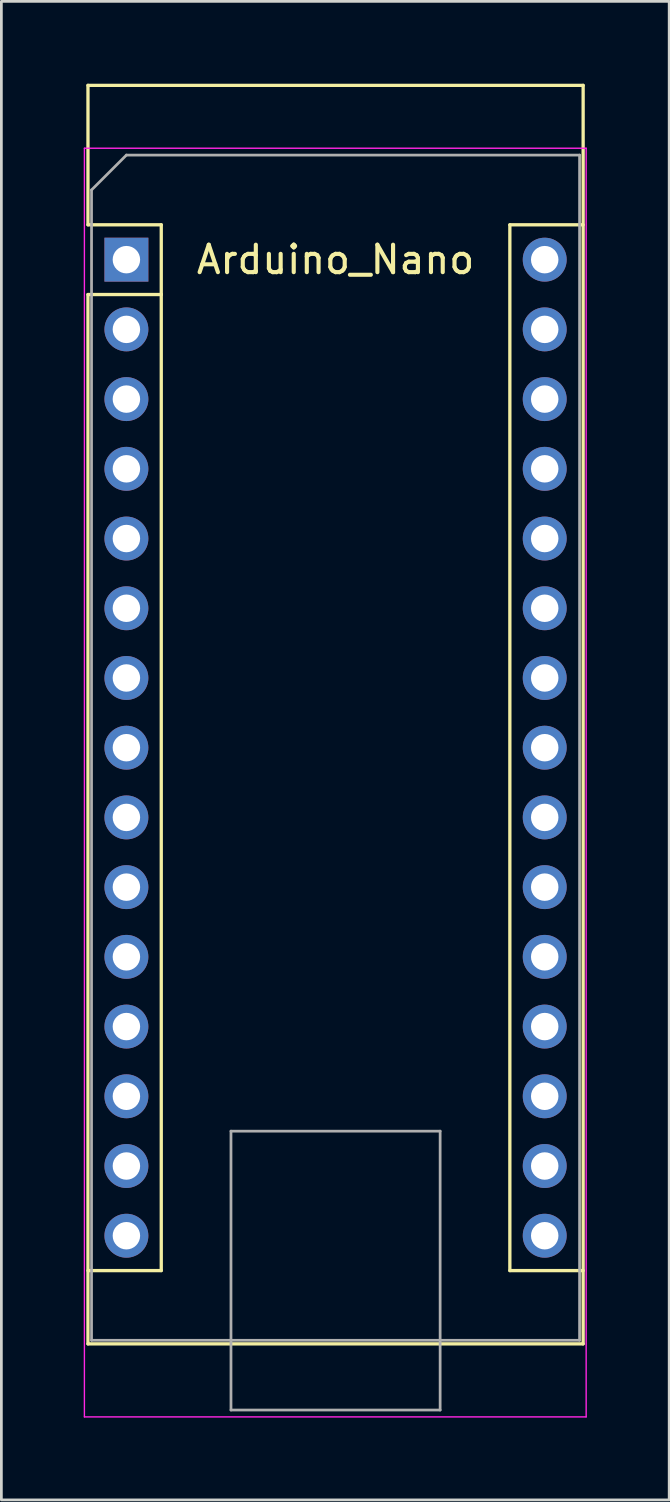
<source format=kicad_pcb>
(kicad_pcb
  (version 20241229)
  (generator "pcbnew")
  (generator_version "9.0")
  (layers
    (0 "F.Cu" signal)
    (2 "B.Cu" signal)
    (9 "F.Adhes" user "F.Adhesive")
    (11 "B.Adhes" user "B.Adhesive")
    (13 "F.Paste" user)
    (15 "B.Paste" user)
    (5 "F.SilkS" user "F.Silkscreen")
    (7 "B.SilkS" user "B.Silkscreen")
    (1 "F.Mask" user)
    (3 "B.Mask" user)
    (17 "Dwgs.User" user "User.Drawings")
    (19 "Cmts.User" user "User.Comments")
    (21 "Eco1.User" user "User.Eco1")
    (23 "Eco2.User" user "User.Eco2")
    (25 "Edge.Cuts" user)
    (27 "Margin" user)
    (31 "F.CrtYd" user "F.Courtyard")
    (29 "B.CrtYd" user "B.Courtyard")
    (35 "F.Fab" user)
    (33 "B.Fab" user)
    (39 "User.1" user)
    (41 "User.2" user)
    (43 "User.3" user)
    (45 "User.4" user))
  (footprint "Arduino_Nano"
    (layer "F.Cu")
    (at 1.555 6.41)
    (property "Reference" "Arduino_Nano" (at 7.62 0 0) (layer "F.SilkS") (effects (font (size 1 1) (thickness 0.15))))
    (attr through_hole)
    (fp_line (start -1.4 -6.35) (end -1.4 -1.27) (stroke (width 0.12) (type solid)) (layer "F.SilkS"))
    (fp_line (start -1.4 1.27) (end -1.4 39.5) (stroke (width 0.12) (type solid)) (layer "F.SilkS"))
    (fp_line (start -1.4 39.5) (end 16.64 39.5) (stroke (width 0.12) (type solid)) (layer "F.SilkS"))
    (fp_line (start 1.27 -1.27) (end -1.4 -1.27) (stroke (width 0.12) (type solid)) (layer "F.SilkS"))
    (fp_line (start 1.27 1.27) (end -1.4 1.27) (stroke (width 0.12) (type solid)) (layer "F.SilkS"))
    (fp_line (start 1.27 1.27) (end 1.27 -1.27) (stroke (width 0.12) (type solid)) (layer "F.SilkS"))
    (fp_line (start 1.27 1.27) (end 1.27 36.83) (stroke (width 0.12) (type solid)) (layer "F.SilkS"))
    (fp_line (start 1.27 36.83) (end -1.4 36.83) (stroke (width 0.12) (type solid)) (layer "F.SilkS"))
    (fp_line (start 13.97 -1.27) (end 13.97 36.83) (stroke (width 0.12) (type solid)) (layer "F.SilkS"))
    (fp_line (start 13.97 -1.27) (end 16.64 -1.27) (stroke (width 0.12) (type solid)) (layer "F.SilkS"))
    (fp_line (start 13.97 36.83) (end 16.64 36.83) (stroke (width 0.12) (type solid)) (layer "F.SilkS"))
    (fp_line (start 16.64 -6.35) (end -1.4 -6.35) (stroke (width 0.12) (type solid)) (layer "F.SilkS"))
    (fp_line (start 16.64 39.5) (end 16.64 -6.35) (stroke (width 0.12) (type solid)) (layer "F.SilkS"))
    (fp_line (start -1.53 -4.06) (end -1.53 42.16) (stroke (width 0.05) (type solid)) (layer "F.CrtYd"))
    (fp_line (start -1.53 -4.06) (end 16.75 -4.06) (stroke (width 0.05) (type solid)) (layer "F.CrtYd"))
    (fp_line (start 16.75 42.16) (end -1.53 42.16) (stroke (width 0.05) (type solid)) (layer "F.CrtYd"))
    (fp_line (start 16.75 42.16) (end 16.75 -4.06) (stroke (width 0.05) (type solid)) (layer "F.CrtYd"))
    (fp_line (start -1.27 -2.54) (end 0 -3.81) (stroke (width 0.1) (type solid)) (layer "F.Fab"))
    (fp_line (start -1.27 39.37) (end -1.27 -2.54) (stroke (width 0.1) (type solid)) (layer "F.Fab"))
    (fp_line (start 0 -3.81) (end 16.51 -3.81) (stroke (width 0.1) (type solid)) (layer "F.Fab"))
    (fp_line (start 3.81 31.75) (end 11.43 31.75) (stroke (width 0.1) (type solid)) (layer "F.Fab"))
    (fp_line (start 3.81 41.91) (end 3.81 31.75) (stroke (width 0.1) (type solid)) (layer "F.Fab"))
    (fp_line (start 11.43 31.75) (end 11.43 41.91) (stroke (width 0.1) (type solid)) (layer "F.Fab"))
    (fp_line (start 11.43 41.91) (end 3.81 41.91) (stroke (width 0.1) (type solid)) (layer "F.Fab"))
    (fp_line (start 16.51 -3.81) (end 16.51 39.37) (stroke (width 0.1) (type solid)) (layer "F.Fab"))
    (fp_line (start 16.51 39.37) (end -1.27 39.37) (stroke (width 0.1) (type solid)) (layer "F.Fab"))
    (pad "1" thru_hole rect (at 0 0) (size 1.6 1.6) (drill 1) (layers "*.Cu" "*.Mask"))
    (pad "2" thru_hole oval (at 0 2.54) (size 1.6 1.6) (drill 1) (layers "*.Cu" "*.Mask"))
    (pad "3" thru_hole oval (at 0 5.08) (size 1.6 1.6) (drill 1) (layers "*.Cu" "*.Mask"))
    (pad "4" thru_hole oval (at 0 7.62) (size 1.6 1.6) (drill 1) (layers "*.Cu" "*.Mask"))
    (pad "5" thru_hole oval (at 0 10.16) (size 1.6 1.6) (drill 1) (layers "*.Cu" "*.Mask"))
    (pad "6" thru_hole oval (at 0 12.7) (size 1.6 1.6) (drill 1) (layers "*.Cu" "*.Mask"))
    (pad "7" thru_hole oval (at 0 15.24) (size 1.6 1.6) (drill 1) (layers "*.Cu" "*.Mask"))
    (pad "8" thru_hole oval (at 0 17.78) (size 1.6 1.6) (drill 1) (layers "*.Cu" "*.Mask"))
    (pad "9" thru_hole oval (at 0 20.32) (size 1.6 1.6) (drill 1) (layers "*.Cu" "*.Mask"))
    (pad "10" thru_hole oval (at 0 22.86) (size 1.6 1.6) (drill 1) (layers "*.Cu" "*.Mask"))
    (pad "11" thru_hole oval (at 0 25.4) (size 1.6 1.6) (drill 1) (layers "*.Cu" "*.Mask"))
    (pad "12" thru_hole oval (at 0 27.94) (size 1.6 1.6) (drill 1) (layers "*.Cu" "*.Mask"))
    (pad "13" thru_hole oval (at 0 30.48) (size 1.6 1.6) (drill 1) (layers "*.Cu" "*.Mask"))
    (pad "14" thru_hole oval (at 0 33.02) (size 1.6 1.6) (drill 1) (layers "*.Cu" "*.Mask"))
    (pad "15" thru_hole oval (at 0 35.56) (size 1.6 1.6) (drill 1) (layers "*.Cu" "*.Mask"))
    (pad "16" thru_hole oval (at 15.24 35.56) (size 1.6 1.6) (drill 1) (layers "*.Cu" "*.Mask"))
    (pad "17" thru_hole oval (at 15.24 33.02) (size 1.6 1.6) (drill 1) (layers "*.Cu" "*.Mask"))
    (pad "18" thru_hole oval (at 15.24 30.48) (size 1.6 1.6) (drill 1) (layers "*.Cu" "*.Mask"))
    (pad "19" thru_hole oval (at 15.24 27.94) (size 1.6 1.6) (drill 1) (layers "*.Cu" "*.Mask"))
    (pad "20" thru_hole oval (at 15.24 25.4) (size 1.6 1.6) (drill 1) (layers "*.Cu" "*.Mask"))
    (pad "21" thru_hole oval (at 15.24 22.86) (size 1.6 1.6) (drill 1) (layers "*.Cu" "*.Mask"))
    (pad "22" thru_hole oval (at 15.24 20.32) (size 1.6 1.6) (drill 1) (layers "*.Cu" "*.Mask"))
    (pad "23" thru_hole oval (at 15.24 17.78) (size 1.6 1.6) (drill 1) (layers "*.Cu" "*.Mask"))
    (pad "24" thru_hole oval (at 15.24 15.24) (size 1.6 1.6) (drill 1) (layers "*.Cu" "*.Mask"))
    (pad "25" thru_hole oval (at 15.24 12.7) (size 1.6 1.6) (drill 1) (layers "*.Cu" "*.Mask"))
    (pad "26" thru_hole oval (at 15.24 10.16) (size 1.6 1.6) (drill 1) (layers "*.Cu" "*.Mask"))
    (pad "27" thru_hole oval (at 15.24 7.62) (size 1.6 1.6) (drill 1) (layers "*.Cu" "*.Mask"))
    (pad "28" thru_hole oval (at 15.24 5.08) (size 1.6 1.6) (drill 1) (layers "*.Cu" "*.Mask"))
    (pad "29" thru_hole oval (at 15.24 2.54) (size 1.6 1.6) (drill 1) (layers "*.Cu" "*.Mask"))
    (pad "30" thru_hole oval (at 15.24 0) (size 1.6 1.6) (drill 1) (layers "*.Cu" "*.Mask")))
  (gr_rect
    (start -3 -3)
    (end 21.33 51.595)
    (stroke (width 0.1) (type default))
    (fill no)
    (layer "Edge.Cuts")))
</source>
